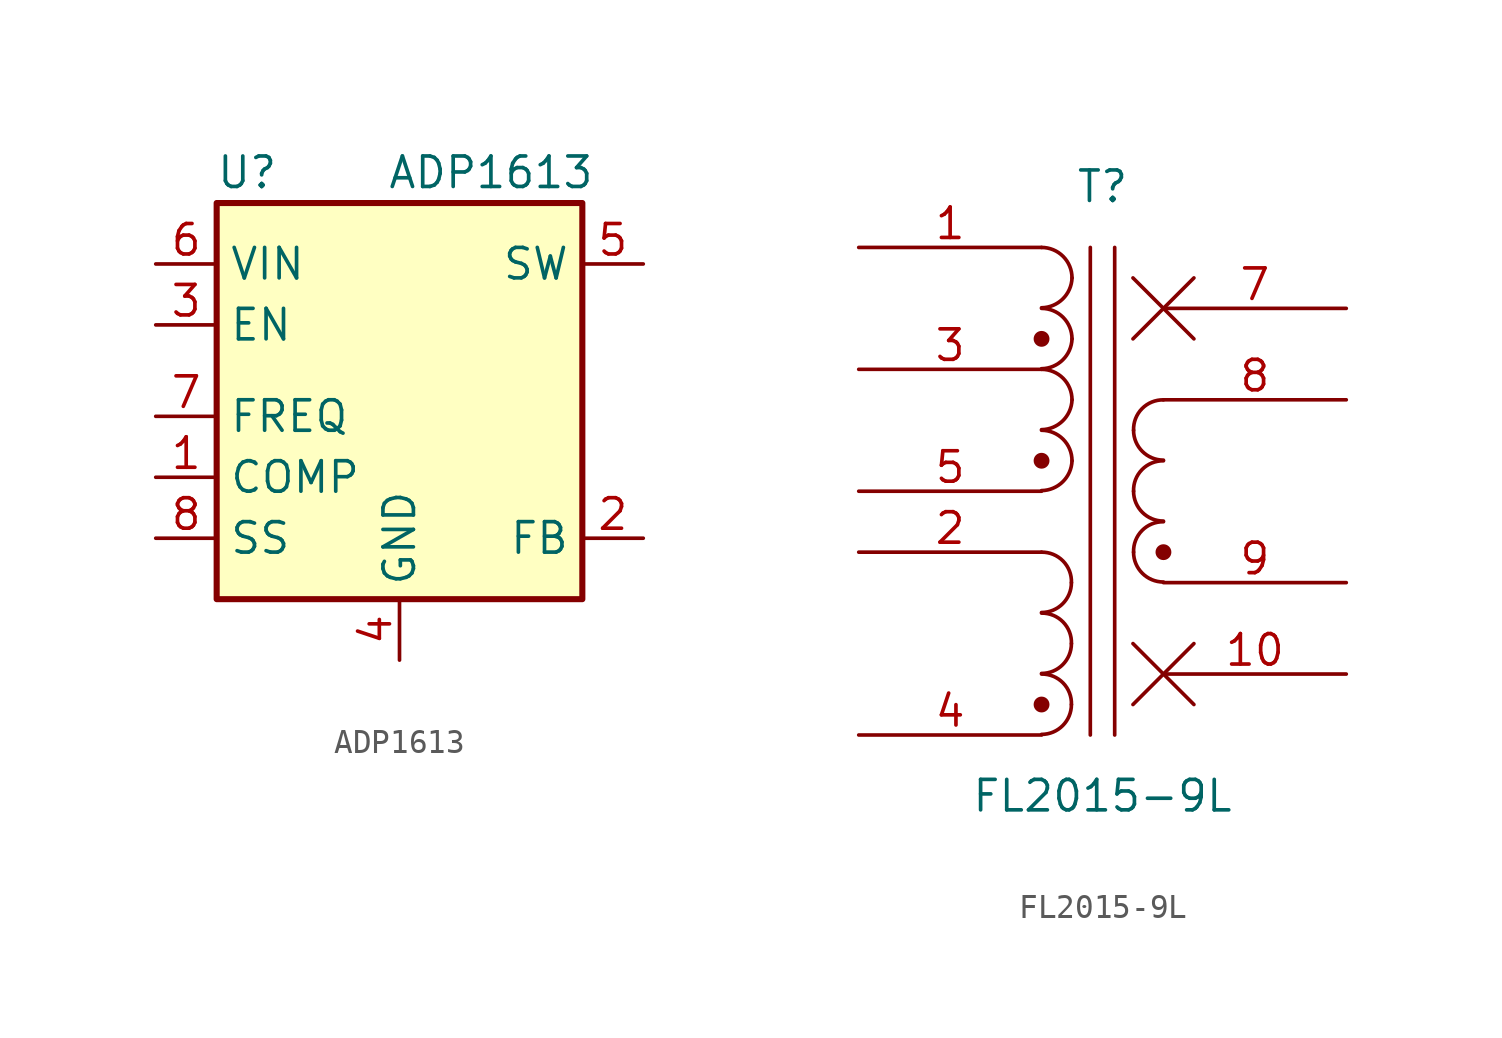
<source format=kicad_sym>
(kicad_symbol_lib
  (version 20231120)
  (generator "kicad_symbol_editor")
  (generator_version "8.0")
  (symbol "ADP1613"
    (property "Reference" "U"
      (at -6.35 10.16 0)
      (effects (font (size 1.27 1.27))))
    (property "Value" "ADP1613"
      (at 3.81 10.16 0)
      (effects (font (size 1.27 1.27))))
    (symbol "ADP1613_0_1"
      (rectangle (start -7.62 8.89) (end 7.62 -7.62) (stroke (width 0.254) (type default)) (fill (type background))))
    (symbol "ADP1613_1_0"
      (pin passive line (at -10.16 -2.54 0) (length 2.54) (name "COMP" (effects (font (size 1.27 1.27)))) (number "1" (effects (font (size 1.27 1.27)))))
      (pin input line (at -10.16 0 0) (length 2.54) (name "FREQ" (effects (font (size 1.27 1.27)))) (number "7" (effects (font (size 1.27 1.27)))))
      (pin passive line (at -10.16 -5.08 0) (length 2.54) (name "SS" (effects (font (size 1.27 1.27)))) (number "8" (effects (font (size 1.27 1.27))))))
    (symbol "ADP1613_1_1"
      (pin input line (at 10.16 -5.08 180) (length 2.54) (name "FB" (effects (font (size 1.27 1.27)))) (number "2" (effects (font (size 1.27 1.27)))))
      (pin input line (at -10.16 3.81 0) (length 2.54) (name "EN" (effects (font (size 1.27 1.27)))) (number "3" (effects (font (size 1.27 1.27)))))
      (pin power_in line (at 0 -10.16 90) (length 2.54) (name "GND" (effects (font (size 1.27 1.27)))) (number "4" (effects (font (size 1.27 1.27)))))
      (pin input line (at 10.16 6.35 180) (length 2.54) (name "SW" (effects (font (size 1.27 1.27)))) (number "5" (effects (font (size 1.27 1.27)))))
      (pin power_in line (at -10.16 6.35 0) (length 2.54) (name "VIN" (effects (font (size 1.27 1.27)))) (number "6" (effects (font (size 1.27 1.27)))))))
  (symbol "FL2015-9L"
    (pin_names
      (offset 1.016) hide)
    (property "Reference" "T"
      (at 0 12.7 0)
      (effects (font (size 1.27 1.27))))
    (property "Value" "FL2015-9L"
      (at 0 -12.7 0)
      (effects (font (size 1.27 1.27))))
    (symbol "FL2015-9L_0_1"
      (arc (start -2.54 -10.1346) (mid -1.6599 -9.7701) (end -1.2954 -8.89) (stroke (width 0) (type default)) (fill (type none)))
      (circle (center -2.54 -8.89) (radius 0.254) (stroke (width 0) (type default)) (fill (type outline)))
      (arc (start -2.54 -7.5946) (mid -1.6599 -7.2301) (end -1.2954 -6.35) (stroke (width 0) (type default)) (fill (type none)))
      (arc (start -2.54 -5.0546) (mid -1.6599 -4.6901) (end -1.2954 -3.81) (stroke (width 0) (type default)) (fill (type none)))
      (arc (start -2.54 0.0254) (mid -1.6561 0.3937) (end -1.27 1.27) (stroke (width 0) (type default)) (fill (type none)))
      (circle (center -2.54 1.27) (radius 0.254) (stroke (width 0) (type default)) (fill (type outline)))
      (arc (start -2.54 2.5654) (mid -1.6561 2.9337) (end -1.27 3.81) (stroke (width 0) (type default)) (fill (type none)))
      (arc (start -2.54 5.1054) (mid -1.6561 5.4737) (end -1.27 6.35) (stroke (width 0) (type default)) (fill (type none)))
      (circle (center -2.54 6.35) (radius 0.254) (stroke (width 0) (type default)) (fill (type outline)))
      (arc (start -2.54 7.6454) (mid -1.6561 8.0137) (end -1.27 8.89) (stroke (width 0) (type default)) (fill (type none)))
      (arc (start -1.2954 -8.89) (mid -1.6457 -7.9883) (end -2.54 -7.62) (stroke (width 0) (type default)) (fill (type none)))
      (arc (start -1.2954 -6.35) (mid -1.6457 -5.4483) (end -2.54 -5.08) (stroke (width 0) (type default)) (fill (type none)))
      (arc (start -1.2954 -3.81) (mid -1.6457 -2.9083) (end -2.54 -2.54) (stroke (width 0) (type default)) (fill (type none)))
      (arc (start -1.27 1.27) (mid -1.642 2.168) (end -2.54 2.54) (stroke (width 0) (type default)) (fill (type none)))
      (arc (start -1.27 3.81) (mid -1.642 4.708) (end -2.54 5.08) (stroke (width 0) (type default)) (fill (type none)))
      (arc (start -1.27 6.35) (mid -1.642 7.248) (end -2.54 7.62) (stroke (width 0) (type default)) (fill (type none)))
      (arc (start -1.27 8.89) (mid -1.642 9.788) (end -2.54 10.16) (stroke (width 0) (type default)) (fill (type none)))
      (polyline (pts (xy -0.508 -10.16) (xy -0.508 10.16)) (stroke (width 0) (type default)) (fill (type none)))
      (polyline (pts (xy 0.508 10.16) (xy 0.508 -10.16)) (stroke (width 0) (type default)) (fill (type none)))
      (polyline (pts (xy 1.27 -8.89) (xy 3.81 -6.35)) (stroke (width 0) (type default)) (fill (type none)))
      (polyline (pts (xy 1.27 6.35) (xy 3.81 8.89)) (stroke (width 0) (type default)) (fill (type none)))
      (polyline (pts (xy 3.81 -8.89) (xy 1.27 -6.35)) (stroke (width 0) (type default)) (fill (type none)))
      (polyline (pts (xy 3.81 6.35) (xy 1.27 8.89)) (stroke (width 0) (type default)) (fill (type none)))
      (arc (start 1.2954 -2.54) (mid 1.6599 -3.4201) (end 2.54 -3.7846) (stroke (width 0) (type default)) (fill (type none)))
      (arc (start 1.2954 0) (mid 1.6599 -0.8801) (end 2.54 -1.2446) (stroke (width 0) (type default)) (fill (type none)))
      (arc (start 1.2954 2.54) (mid 1.6599 1.6599) (end 2.54 1.2954) (stroke (width 0) (type default)) (fill (type none)))
      (circle (center 2.54 -2.54) (radius 0.254) (stroke (width 0) (type default)) (fill (type outline)))
      (arc (start 2.54 -1.27) (mid 1.6458 -1.6385) (end 1.2954 -2.54) (stroke (width 0) (type default)) (fill (type none)))
      (arc (start 2.54 1.27) (mid 1.6458 0.9015) (end 1.2954 0) (stroke (width 0) (type default)) (fill (type none)))
      (arc (start 2.54 3.81) (mid 1.6458 3.4415) (end 1.2954 2.54) (stroke (width 0) (type default)) (fill (type none))))
    (symbol "FL2015-9L_1_1"
      (pin passive line (at -10.16 10.16 0) (length 7.62) (name "IN_A" (effects (font (size 1.27 1.27)))) (number "1" (effects (font (size 1.27 1.27)))))
      (pin passive line (at 10.16 -7.62 180) (length 7.62) (name "NC" (effects (font (size 1.27 1.27)))) (number "10" (effects (font (size 1.27 1.27)))))
      (pin passive line (at -10.16 -2.54 0) (length 7.62) (name "FB_A" (effects (font (size 1.27 1.27)))) (number "2" (effects (font (size 1.27 1.27)))))
      (pin passive line (at -10.16 5.08 0) (length 7.62) (name "IN_B" (effects (font (size 1.27 1.27)))) (number "3" (effects (font (size 1.27 1.27)))))
      (pin passive line (at -10.16 -10.16 0) (length 7.62) (name "FB_B" (effects (font (size 1.27 1.27)))) (number "4" (effects (font (size 1.27 1.27)))))
      (pin passive line (at -10.16 0 0) (length 7.62) (name "IN_C" (effects (font (size 1.27 1.27)))) (number "5" (effects (font (size 1.27 1.27)))))
      (pin passive line (at 10.16 7.62 180) (length 7.62) (name "NC" (effects (font (size 1.27 1.27)))) (number "7" (effects (font (size 1.27 1.27)))))
      (pin passive line (at 10.16 3.81 180) (length 7.62) (name "OUT_A" (effects (font (size 1.27 1.27)))) (number "8" (effects (font (size 1.27 1.27)))))
      (pin passive line (at 10.16 -3.81 180) (length 7.62) (name "OUT_B" (effects (font (size 1.27 1.27)))) (number "9" (effects (font (size 1.27 1.27))))))))
</source>
